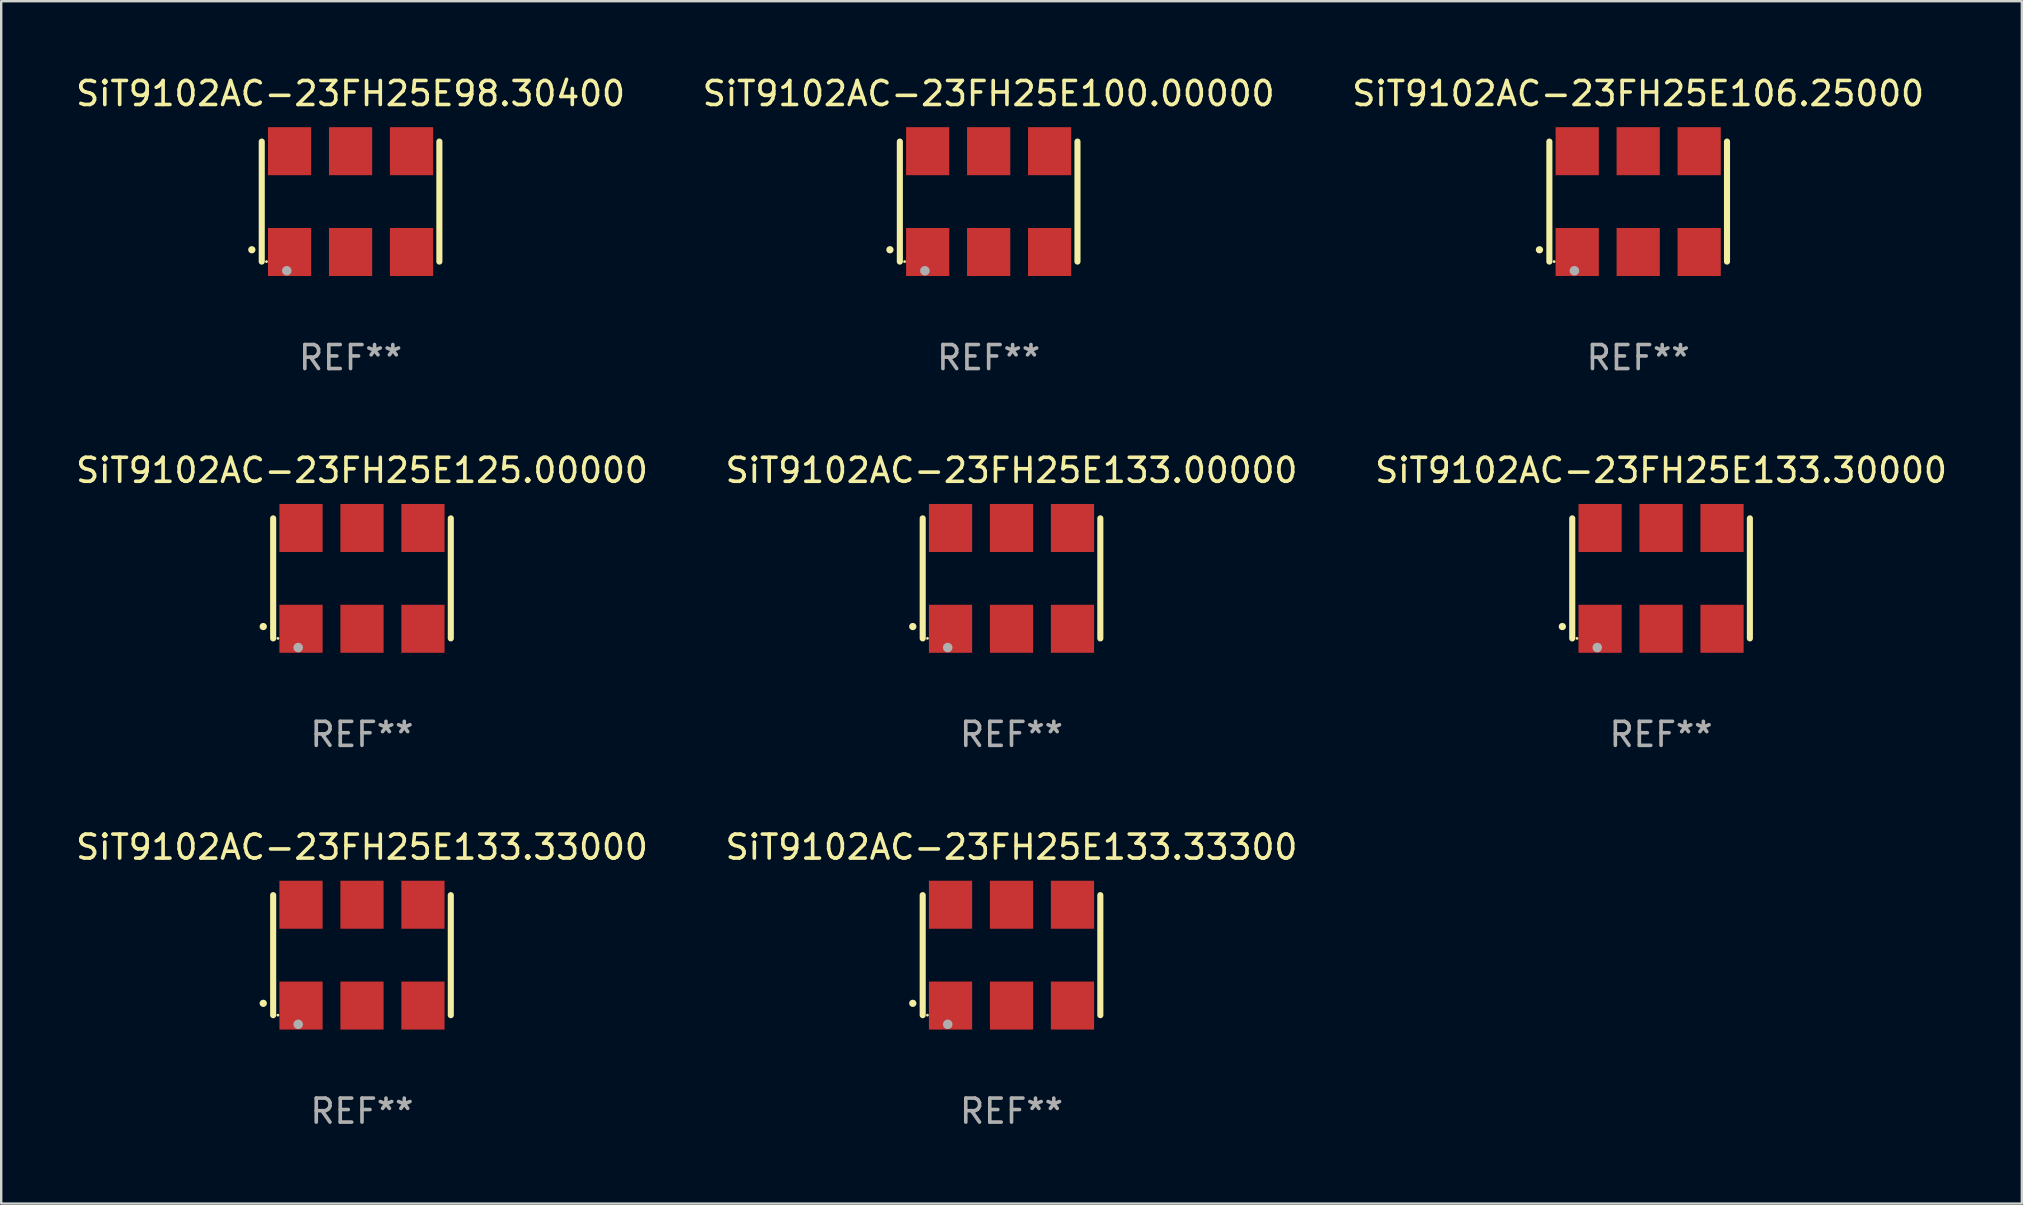
<source format=kicad_pcb>
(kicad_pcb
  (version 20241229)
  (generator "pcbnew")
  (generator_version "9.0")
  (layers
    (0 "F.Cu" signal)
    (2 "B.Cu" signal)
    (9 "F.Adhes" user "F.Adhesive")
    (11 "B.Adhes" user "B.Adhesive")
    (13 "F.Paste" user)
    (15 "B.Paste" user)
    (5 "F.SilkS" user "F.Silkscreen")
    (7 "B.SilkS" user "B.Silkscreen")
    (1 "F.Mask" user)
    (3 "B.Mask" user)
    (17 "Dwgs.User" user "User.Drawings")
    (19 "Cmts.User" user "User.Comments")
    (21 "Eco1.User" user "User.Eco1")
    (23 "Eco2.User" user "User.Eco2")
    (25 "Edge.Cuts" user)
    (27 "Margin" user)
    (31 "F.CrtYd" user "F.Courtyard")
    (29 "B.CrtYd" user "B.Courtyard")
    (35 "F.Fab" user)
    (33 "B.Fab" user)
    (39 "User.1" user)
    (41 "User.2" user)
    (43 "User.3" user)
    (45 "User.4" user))
  (footprint "SiT9102AC-23FH25E133.33000"
    (layer "F.Cu")
    (at 12.03 36.741)
    (property "Reference" "SiT9102AC-23FH25E133.33000" (at 0 -4.5 0) (layer "F.SilkS") (effects (font (size 1 1) (thickness 0.15))))
    (attr through_hole)
    (fp_line (start -3.7 -2.5) (end -3.7 2.5) (stroke (width 0.254) (type solid)) (layer "F.SilkS"))
    (fp_line (start 3.7 -2.5) (end 3.7 2.5) (stroke (width 0.254) (type solid)) (layer "F.SilkS"))
    (fp_arc (start -4.114415 2.006604) (mid -4.113145 2.006599) (end -4.111875 2.006604) (stroke (width 0.3) (type solid)) (layer "F.SilkS"))
    (fp_circle (center -3.502 2.5) (end -3.472 2.5) (stroke (width 0.06) (type solid)) (fill no) (layer "F.SilkS"))
    (fp_circle (center -2.657 2.882) (end -2.557 2.882) (stroke (width 0.2) (type solid)) (fill no) (layer "F.Fab"))
    (fp_text user "REF**" (at 0 6.5 0) (layer "F.Fab") (effects (font (size 1 1) (thickness 0.15))))
    (pad "1" smd rect (at -2.54 2.1) (size 1.8 2) (layers "F.Cu" "F.Mask" "F.Paste"))
    (pad "2" smd rect (at 0.000394 2.1) (size 1.8 2) (layers "F.Cu" "F.Mask" "F.Paste"))
    (pad "3" smd rect (at 2.54 2.1) (size 1.8 2) (layers "F.Cu" "F.Mask" "F.Paste"))
    (pad "4" smd rect (at 2.54 -2.1) (size 1.8 2) (layers "F.Cu" "F.Mask" "F.Paste"))
    (pad "5" smd rect (at 0.000394 -2.1) (size 1.8 2) (layers "F.Cu" "F.Mask" "F.Paste"))
    (pad "6" smd rect (at -2.54 -2.1) (size 1.8 2) (layers "F.Cu" "F.Mask" "F.Paste")))
  (footprint "SiT9102AC-23FH25E133.33300"
    (layer "F.Cu")
    (at 39.089 36.741)
    (property "Reference" "SiT9102AC-23FH25E133.33300" (at 0 -4.5 0) (layer "F.SilkS") (effects (font (size 1 1) (thickness 0.15))))
    (attr through_hole)
    (fp_line (start -3.7 -2.5) (end -3.7 2.5) (stroke (width 0.254) (type solid)) (layer "F.SilkS"))
    (fp_line (start 3.7 -2.5) (end 3.7 2.5) (stroke (width 0.254) (type solid)) (layer "F.SilkS"))
    (fp_arc (start -4.114415 2.006604) (mid -4.113145 2.006599) (end -4.111875 2.006604) (stroke (width 0.3) (type solid)) (layer "F.SilkS"))
    (fp_circle (center -3.502 2.5) (end -3.472 2.5) (stroke (width 0.06) (type solid)) (fill no) (layer "F.SilkS"))
    (fp_circle (center -2.657 2.882) (end -2.557 2.882) (stroke (width 0.2) (type solid)) (fill no) (layer "F.Fab"))
    (fp_text user "REF**" (at 0 6.5 0) (layer "F.Fab") (effects (font (size 1 1) (thickness 0.15))))
    (pad "1" smd rect (at -2.54 2.1) (size 1.8 2) (layers "F.Cu" "F.Mask" "F.Paste"))
    (pad "2" smd rect (at 0.000394 2.1) (size 1.8 2) (layers "F.Cu" "F.Mask" "F.Paste"))
    (pad "3" smd rect (at 2.54 2.1) (size 1.8 2) (layers "F.Cu" "F.Mask" "F.Paste"))
    (pad "4" smd rect (at 2.54 -2.1) (size 1.8 2) (layers "F.Cu" "F.Mask" "F.Paste"))
    (pad "5" smd rect (at 0.000394 -2.1) (size 1.8 2) (layers "F.Cu" "F.Mask" "F.Paste"))
    (pad "6" smd rect (at -2.54 -2.1) (size 1.8 2) (layers "F.Cu" "F.Mask" "F.Paste")))
  (footprint "SiT9102AC-23FH25E106.25000"
    (layer "F.Cu")
    (at 65.196 5.348)
    (property "Reference" "SiT9102AC-23FH25E106.25000" (at 0 -4.5 0) (layer "F.SilkS") (effects (font (size 1 1) (thickness 0.15))))
    (attr through_hole)
    (fp_line (start -3.7 -2.5) (end -3.7 2.5) (stroke (width 0.254) (type solid)) (layer "F.SilkS"))
    (fp_line (start 3.7 -2.5) (end 3.7 2.5) (stroke (width 0.254) (type solid)) (layer "F.SilkS"))
    (fp_arc (start -4.114415 2.006604) (mid -4.113145 2.006599) (end -4.111875 2.006604) (stroke (width 0.3) (type solid)) (layer "F.SilkS"))
    (fp_circle (center -3.502 2.5) (end -3.472 2.5) (stroke (width 0.06) (type solid)) (fill no) (layer "F.SilkS"))
    (fp_circle (center -2.657 2.882) (end -2.557 2.882) (stroke (width 0.2) (type solid)) (fill no) (layer "F.Fab"))
    (fp_text user "REF**" (at 0 6.5 0) (layer "F.Fab") (effects (font (size 1 1) (thickness 0.15))))
    (pad "1" smd rect (at -2.54 2.1) (size 1.8 2) (layers "F.Cu" "F.Mask" "F.Paste"))
    (pad "2" smd rect (at 0.000394 2.1) (size 1.8 2) (layers "F.Cu" "F.Mask" "F.Paste"))
    (pad "3" smd rect (at 2.54 2.1) (size 1.8 2) (layers "F.Cu" "F.Mask" "F.Paste"))
    (pad "4" smd rect (at 2.54 -2.1) (size 1.8 2) (layers "F.Cu" "F.Mask" "F.Paste"))
    (pad "5" smd rect (at 0.000394 -2.1) (size 1.8 2) (layers "F.Cu" "F.Mask" "F.Paste"))
    (pad "6" smd rect (at -2.54 -2.1) (size 1.8 2) (layers "F.Cu" "F.Mask" "F.Paste")))
  (footprint "SiT9102AC-23FH25E98.30400"
    (layer "F.Cu")
    (at 11.554 5.348)
    (property "Reference" "SiT9102AC-23FH25E98.30400" (at 0 -4.5 0) (layer "F.SilkS") (effects (font (size 1 1) (thickness 0.15))))
    (attr through_hole)
    (fp_line (start -3.7 -2.5) (end -3.7 2.5) (stroke (width 0.254) (type solid)) (layer "F.SilkS"))
    (fp_line (start 3.7 -2.5) (end 3.7 2.5) (stroke (width 0.254) (type solid)) (layer "F.SilkS"))
    (fp_arc (start -4.114415 2.006604) (mid -4.113145 2.006599) (end -4.111875 2.006604) (stroke (width 0.3) (type solid)) (layer "F.SilkS"))
    (fp_circle (center -3.502 2.5) (end -3.472 2.5) (stroke (width 0.06) (type solid)) (fill no) (layer "F.SilkS"))
    (fp_circle (center -2.657 2.882) (end -2.557 2.882) (stroke (width 0.2) (type solid)) (fill no) (layer "F.Fab"))
    (fp_text user "REF**" (at 0 6.5 0) (layer "F.Fab") (effects (font (size 1 1) (thickness 0.15))))
    (pad "1" smd rect (at -2.54 2.1) (size 1.8 2) (layers "F.Cu" "F.Mask" "F.Paste"))
    (pad "2" smd rect (at 0.000394 2.1) (size 1.8 2) (layers "F.Cu" "F.Mask" "F.Paste"))
    (pad "3" smd rect (at 2.54 2.1) (size 1.8 2) (layers "F.Cu" "F.Mask" "F.Paste"))
    (pad "4" smd rect (at 2.54 -2.1) (size 1.8 2) (layers "F.Cu" "F.Mask" "F.Paste"))
    (pad "5" smd rect (at 0.000394 -2.1) (size 1.8 2) (layers "F.Cu" "F.Mask" "F.Paste"))
    (pad "6" smd rect (at -2.54 -2.1) (size 1.8 2) (layers "F.Cu" "F.Mask" "F.Paste")))
  (footprint "SiT9102AC-23FH25E125.00000"
    (layer "F.Cu")
    (at 12.03 21.045)
    (property "Reference" "SiT9102AC-23FH25E125.00000" (at 0 -4.5 0) (layer "F.SilkS") (effects (font (size 1 1) (thickness 0.15))))
    (attr through_hole)
    (fp_line (start -3.7 -2.5) (end -3.7 2.5) (stroke (width 0.254) (type solid)) (layer "F.SilkS"))
    (fp_line (start 3.7 -2.5) (end 3.7 2.5) (stroke (width 0.254) (type solid)) (layer "F.SilkS"))
    (fp_arc (start -4.114415 2.006604) (mid -4.113145 2.006599) (end -4.111875 2.006604) (stroke (width 0.3) (type solid)) (layer "F.SilkS"))
    (fp_circle (center -3.502 2.5) (end -3.472 2.5) (stroke (width 0.06) (type solid)) (fill no) (layer "F.SilkS"))
    (fp_circle (center -2.657 2.882) (end -2.557 2.882) (stroke (width 0.2) (type solid)) (fill no) (layer "F.Fab"))
    (fp_text user "REF**" (at 0 6.5 0) (layer "F.Fab") (effects (font (size 1 1) (thickness 0.15))))
    (pad "1" smd rect (at -2.54 2.1) (size 1.8 2) (layers "F.Cu" "F.Mask" "F.Paste"))
    (pad "2" smd rect (at 0.000394 2.1) (size 1.8 2) (layers "F.Cu" "F.Mask" "F.Paste"))
    (pad "3" smd rect (at 2.54 2.1) (size 1.8 2) (layers "F.Cu" "F.Mask" "F.Paste"))
    (pad "4" smd rect (at 2.54 -2.1) (size 1.8 2) (layers "F.Cu" "F.Mask" "F.Paste"))
    (pad "5" smd rect (at 0.000394 -2.1) (size 1.8 2) (layers "F.Cu" "F.Mask" "F.Paste"))
    (pad "6" smd rect (at -2.54 -2.1) (size 1.8 2) (layers "F.Cu" "F.Mask" "F.Paste")))
  (footprint "SiT9102AC-23FH25E133.30000"
    (layer "F.Cu")
    (at 66.149 21.045)
    (property "Reference" "SiT9102AC-23FH25E133.30000" (at 0 -4.5 0) (layer "F.SilkS") (effects (font (size 1 1) (thickness 0.15))))
    (attr through_hole)
    (fp_line (start -3.7 -2.5) (end -3.7 2.5) (stroke (width 0.254) (type solid)) (layer "F.SilkS"))
    (fp_line (start 3.7 -2.5) (end 3.7 2.5) (stroke (width 0.254) (type solid)) (layer "F.SilkS"))
    (fp_arc (start -4.114415 2.006604) (mid -4.113145 2.006599) (end -4.111875 2.006604) (stroke (width 0.3) (type solid)) (layer "F.SilkS"))
    (fp_circle (center -3.502 2.5) (end -3.472 2.5) (stroke (width 0.06) (type solid)) (fill no) (layer "F.SilkS"))
    (fp_circle (center -2.657 2.882) (end -2.557 2.882) (stroke (width 0.2) (type solid)) (fill no) (layer "F.Fab"))
    (fp_text user "REF**" (at 0 6.5 0) (layer "F.Fab") (effects (font (size 1 1) (thickness 0.15))))
    (pad "1" smd rect (at -2.54 2.1) (size 1.8 2) (layers "F.Cu" "F.Mask" "F.Paste"))
    (pad "2" smd rect (at 0.000394 2.1) (size 1.8 2) (layers "F.Cu" "F.Mask" "F.Paste"))
    (pad "3" smd rect (at 2.54 2.1) (size 1.8 2) (layers "F.Cu" "F.Mask" "F.Paste"))
    (pad "4" smd rect (at 2.54 -2.1) (size 1.8 2) (layers "F.Cu" "F.Mask" "F.Paste"))
    (pad "5" smd rect (at 0.000394 -2.1) (size 1.8 2) (layers "F.Cu" "F.Mask" "F.Paste"))
    (pad "6" smd rect (at -2.54 -2.1) (size 1.8 2) (layers "F.Cu" "F.Mask" "F.Paste")))
  (footprint "SiT9102AC-23FH25E100.00000"
    (layer "F.Cu")
    (at 38.137 5.348)
    (property "Reference" "SiT9102AC-23FH25E100.00000" (at 0 -4.5 0) (layer "F.SilkS") (effects (font (size 1 1) (thickness 0.15))))
    (attr through_hole)
    (fp_line (start -3.7 -2.5) (end -3.7 2.5) (stroke (width 0.254) (type solid)) (layer "F.SilkS"))
    (fp_line (start 3.7 -2.5) (end 3.7 2.5) (stroke (width 0.254) (type solid)) (layer "F.SilkS"))
    (fp_arc (start -4.114415 2.006604) (mid -4.113145 2.006599) (end -4.111875 2.006604) (stroke (width 0.3) (type solid)) (layer "F.SilkS"))
    (fp_circle (center -3.502 2.5) (end -3.472 2.5) (stroke (width 0.06) (type solid)) (fill no) (layer "F.SilkS"))
    (fp_circle (center -2.657 2.882) (end -2.557 2.882) (stroke (width 0.2) (type solid)) (fill no) (layer "F.Fab"))
    (fp_text user "REF**" (at 0 6.5 0) (layer "F.Fab") (effects (font (size 1 1) (thickness 0.15))))
    (pad "1" smd rect (at -2.54 2.1) (size 1.8 2) (layers "F.Cu" "F.Mask" "F.Paste"))
    (pad "2" smd rect (at 0.000394 2.1) (size 1.8 2) (layers "F.Cu" "F.Mask" "F.Paste"))
    (pad "3" smd rect (at 2.54 2.1) (size 1.8 2) (layers "F.Cu" "F.Mask" "F.Paste"))
    (pad "4" smd rect (at 2.54 -2.1) (size 1.8 2) (layers "F.Cu" "F.Mask" "F.Paste"))
    (pad "5" smd rect (at 0.000394 -2.1) (size 1.8 2) (layers "F.Cu" "F.Mask" "F.Paste"))
    (pad "6" smd rect (at -2.54 -2.1) (size 1.8 2) (layers "F.Cu" "F.Mask" "F.Paste")))
  (footprint "SiT9102AC-23FH25E133.00000"
    (layer "F.Cu")
    (at 39.089 21.045)
    (property "Reference" "SiT9102AC-23FH25E133.00000" (at 0 -4.5 0) (layer "F.SilkS") (effects (font (size 1 1) (thickness 0.15))))
    (attr through_hole)
    (fp_line (start -3.7 -2.5) (end -3.7 2.5) (stroke (width 0.254) (type solid)) (layer "F.SilkS"))
    (fp_line (start 3.7 -2.5) (end 3.7 2.5) (stroke (width 0.254) (type solid)) (layer "F.SilkS"))
    (fp_arc (start -4.114415 2.006604) (mid -4.113145 2.006599) (end -4.111875 2.006604) (stroke (width 0.3) (type solid)) (layer "F.SilkS"))
    (fp_circle (center -3.502 2.5) (end -3.472 2.5) (stroke (width 0.06) (type solid)) (fill no) (layer "F.SilkS"))
    (fp_circle (center -2.657 2.882) (end -2.557 2.882) (stroke (width 0.2) (type solid)) (fill no) (layer "F.Fab"))
    (fp_text user "REF**" (at 0 6.5 0) (layer "F.Fab") (effects (font (size 1 1) (thickness 0.15))))
    (pad "1" smd rect (at -2.54 2.1) (size 1.8 2) (layers "F.Cu" "F.Mask" "F.Paste"))
    (pad "2" smd rect (at 0.000394 2.1) (size 1.8 2) (layers "F.Cu" "F.Mask" "F.Paste"))
    (pad "3" smd rect (at 2.54 2.1) (size 1.8 2) (layers "F.Cu" "F.Mask" "F.Paste"))
    (pad "4" smd rect (at 2.54 -2.1) (size 1.8 2) (layers "F.Cu" "F.Mask" "F.Paste"))
    (pad "5" smd rect (at 0.000394 -2.1) (size 1.8 2) (layers "F.Cu" "F.Mask" "F.Paste"))
    (pad "6" smd rect (at -2.54 -2.1) (size 1.8 2) (layers "F.Cu" "F.Mask" "F.Paste")))
  (gr_rect
    (start -3 -3)
    (end 81.179 47.09)
    (stroke (width 0.1) (type default))
    (fill no)
    (layer "Edge.Cuts")))
</source>
